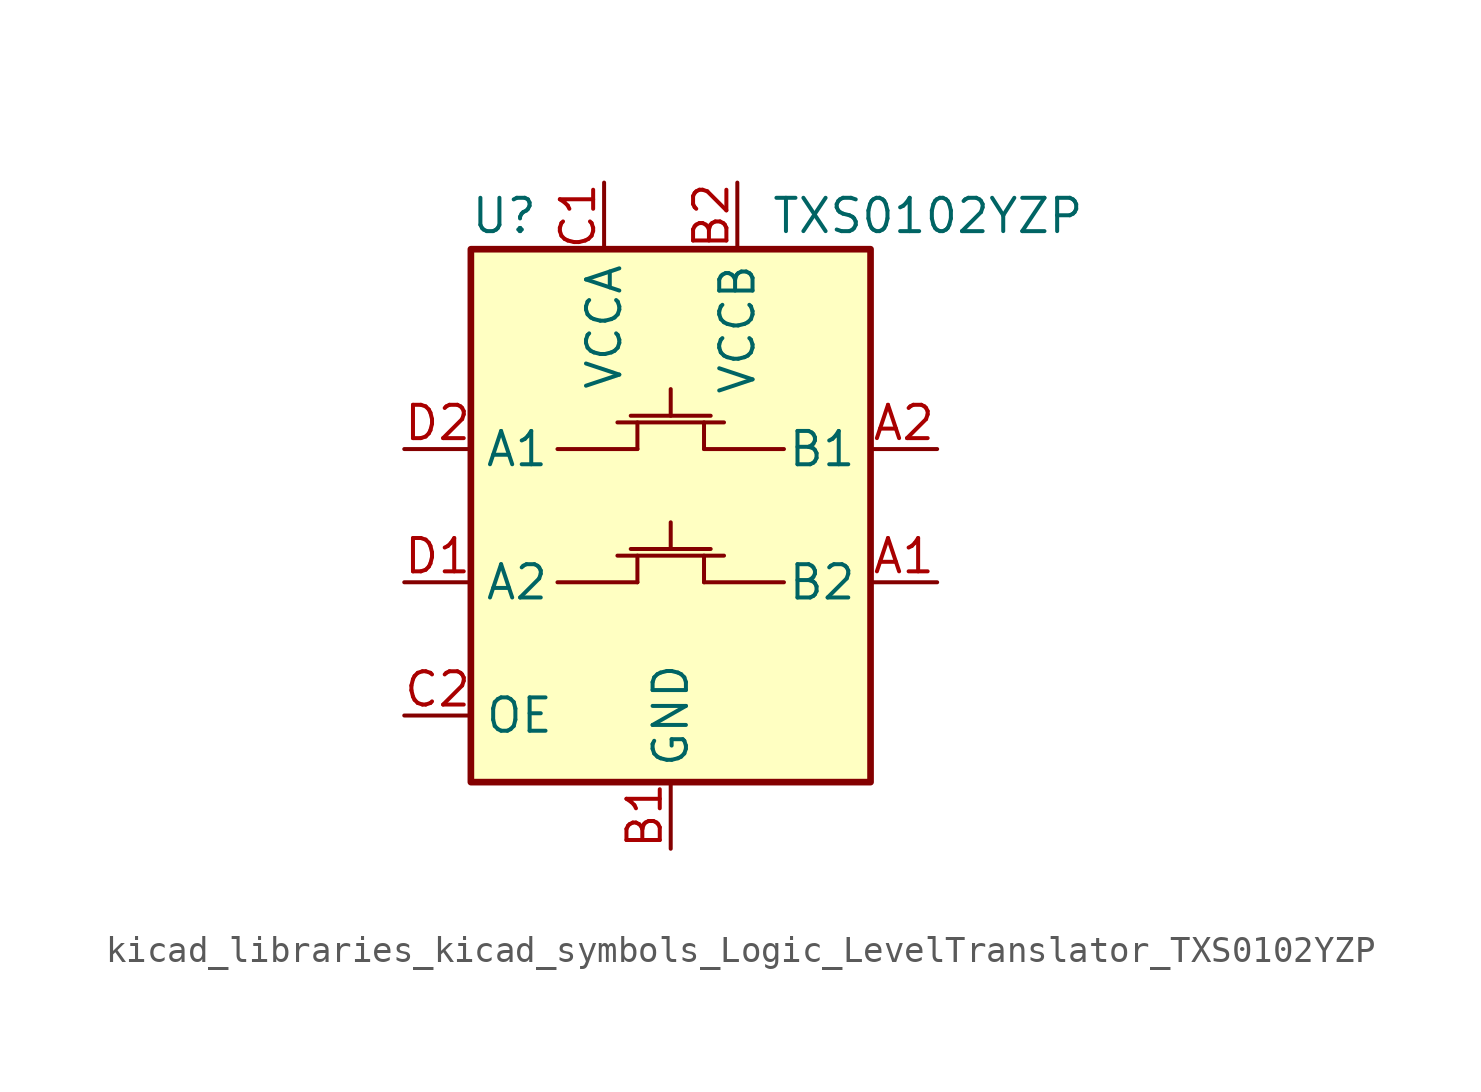
<source format=kicad_sym>
(kicad_symbol_lib
  (version 20220914)
  (generator kicad_symbol_editor)
  (symbol "kicad_libraries_kicad_symbols_Logic_LevelTranslator_TXS0102YZP"
    (property "Reference" "U"
      (at -6.35 11.43 0)
      (effects (font (size 1.27 1.27))))
    (property "Value" "TXS0102YZP"
      (at 3.81 11.43 0)
      (effects (font (size 1.27 1.27)) (justify left)))
    (symbol "kicad_libraries_kicad_symbols_Logic_LevelTranslator_TXS0102YZP_0_1"
      (rectangle (start -7.62 10.16) (end 7.62 -10.16) (stroke (width 0.254) (type default)) (fill (type background)))
      (polyline (pts (xy -4.318 -2.54) (xy -1.27 -2.54)) (stroke (width 0) (type default)) (fill (type none)))
      (polyline (pts (xy -2.032 -1.524) (xy 2.032 -1.524)) (stroke (width 0) (type default)) (fill (type none)))
      (polyline (pts (xy -1.524 -1.27) (xy 1.524 -1.27)) (stroke (width 0) (type default)) (fill (type none)))
      (polyline (pts (xy -1.27 -2.54) (xy -1.27 -1.524)) (stroke (width 0) (type default)) (fill (type none)))
      (polyline (pts (xy 0 -1.27) (xy 0 -0.254)) (stroke (width 0) (type default)) (fill (type none)))
      (polyline (pts (xy 1.27 -2.54) (xy 1.27 -1.524)) (stroke (width 0) (type default)) (fill (type none)))
      (polyline (pts (xy 4.318 -2.54) (xy 1.27 -2.54)) (stroke (width 0) (type default)) (fill (type none))))
    (symbol "kicad_libraries_kicad_symbols_Logic_LevelTranslator_TXS0102YZP_1_1"
      (polyline (pts (xy -4.318 2.54) (xy -1.27 2.54)) (stroke (width 0) (type default)) (fill (type none)))
      (polyline (pts (xy -2.032 3.556) (xy 2.032 3.556)) (stroke (width 0) (type default)) (fill (type none)))
      (polyline (pts (xy -1.524 3.81) (xy 1.524 3.81)) (stroke (width 0) (type default)) (fill (type none)))
      (polyline (pts (xy -1.27 2.54) (xy -1.27 3.556)) (stroke (width 0) (type default)) (fill (type none)))
      (polyline (pts (xy 0 3.81) (xy 0 4.826)) (stroke (width 0) (type default)) (fill (type none)))
      (polyline (pts (xy 1.27 2.54) (xy 1.27 3.556)) (stroke (width 0) (type default)) (fill (type none)))
      (polyline (pts (xy 4.318 2.54) (xy 1.27 2.54)) (stroke (width 0) (type default)) (fill (type none)))
      (pin bidirectional line (at 10.16 -2.54 180) (length 2.54) (name "B2" (effects (font (size 1.27 1.27)))) (number "A1" (effects (font (size 1.27 1.27)))))
      (pin bidirectional line (at 10.16 2.54 180) (length 2.54) (name "B1" (effects (font (size 1.27 1.27)))) (number "A2" (effects (font (size 1.27 1.27)))))
      (pin power_in line (at 0 -12.7 90) (length 2.54) (name "GND" (effects (font (size 1.27 1.27)))) (number "B1" (effects (font (size 1.27 1.27)))))
      (pin power_in line (at 2.54 12.7 270) (length 2.54) (name "VCCB" (effects (font (size 1.27 1.27)))) (number "B2" (effects (font (size 1.27 1.27)))))
      (pin power_in line (at -2.54 12.7 270) (length 2.54) (name "VCCA" (effects (font (size 1.27 1.27)))) (number "C1" (effects (font (size 1.27 1.27)))))
      (pin input line (at -10.16 -7.62 0) (length 2.54) (name "OE" (effects (font (size 1.27 1.27)))) (number "C2" (effects (font (size 1.27 1.27)))))
      (pin bidirectional line (at -10.16 -2.54 0) (length 2.54) (name "A2" (effects (font (size 1.27 1.27)))) (number "D1" (effects (font (size 1.27 1.27)))))
      (pin bidirectional line (at -10.16 2.54 0) (length 2.54) (name "A1" (effects (font (size 1.27 1.27)))) (number "D2" (effects (font (size 1.27 1.27))))))))
</source>
